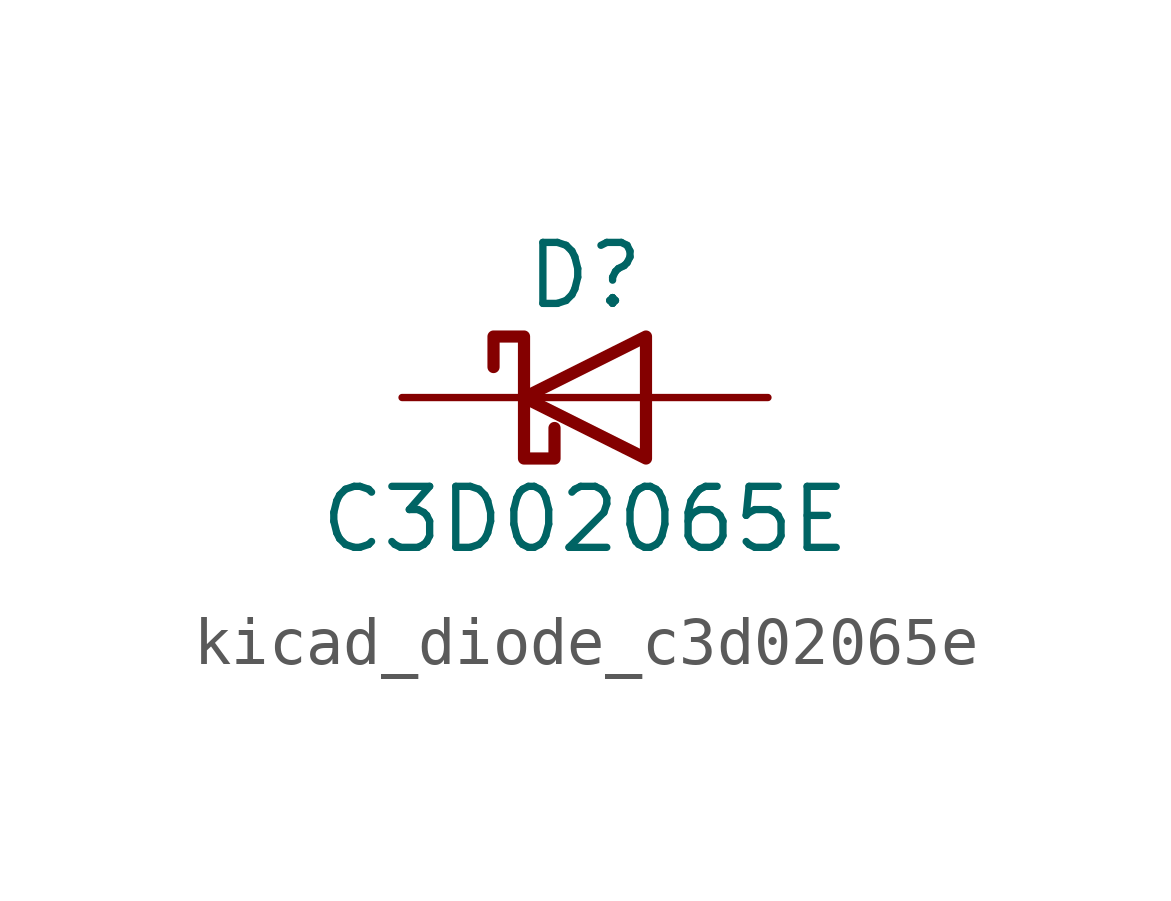
<source format=kicad_sym>
(kicad_symbol_lib
  (version 20220914)
  (generator kicad_symbol_editor)
  (symbol "kicad_diode_c3d02065e"
    (pin_numbers hide)
    (pin_names
      (offset 1.016) hide)
    (property "Reference" "D"
      (at 0 2.54 0)
      (effects (font (size 1.27 1.27))))
    (property "Value" "C3D02065E"
      (at 0 -2.54 0)
      (effects (font (size 1.27 1.27))))
    (symbol "kicad_diode_c3d02065e_0_1"
      (polyline (pts (xy 1.27 0) (xy -1.27 0)) (stroke (width 0) (type default)) (fill (type none)))
      (polyline (pts (xy 1.27 1.27) (xy 1.27 -1.27) (xy -1.27 0) (xy 1.27 1.27)) (stroke (width 0.254) (type default)) (fill (type none)))
      (polyline (pts (xy -1.905 0.635) (xy -1.905 1.27) (xy -1.27 1.27) (xy -1.27 -1.27) (xy -0.635 -1.27) (xy -0.635 -0.635)) (stroke (width 0.254) (type default)) (fill (type none))))
    (symbol "kicad_diode_c3d02065e_1_1"
      (pin passive line (at -3.81 0 0) (length 2.54) (name "K" (effects (font (size 1.27 1.27)))) (number "1" (effects (font (size 1.27 1.27)))))
      (pin passive line (at 3.81 0 180) (length 2.54) (name "A" (effects (font (size 1.27 1.27)))) (number "2" (effects (font (size 1.27 1.27))))))))
</source>
